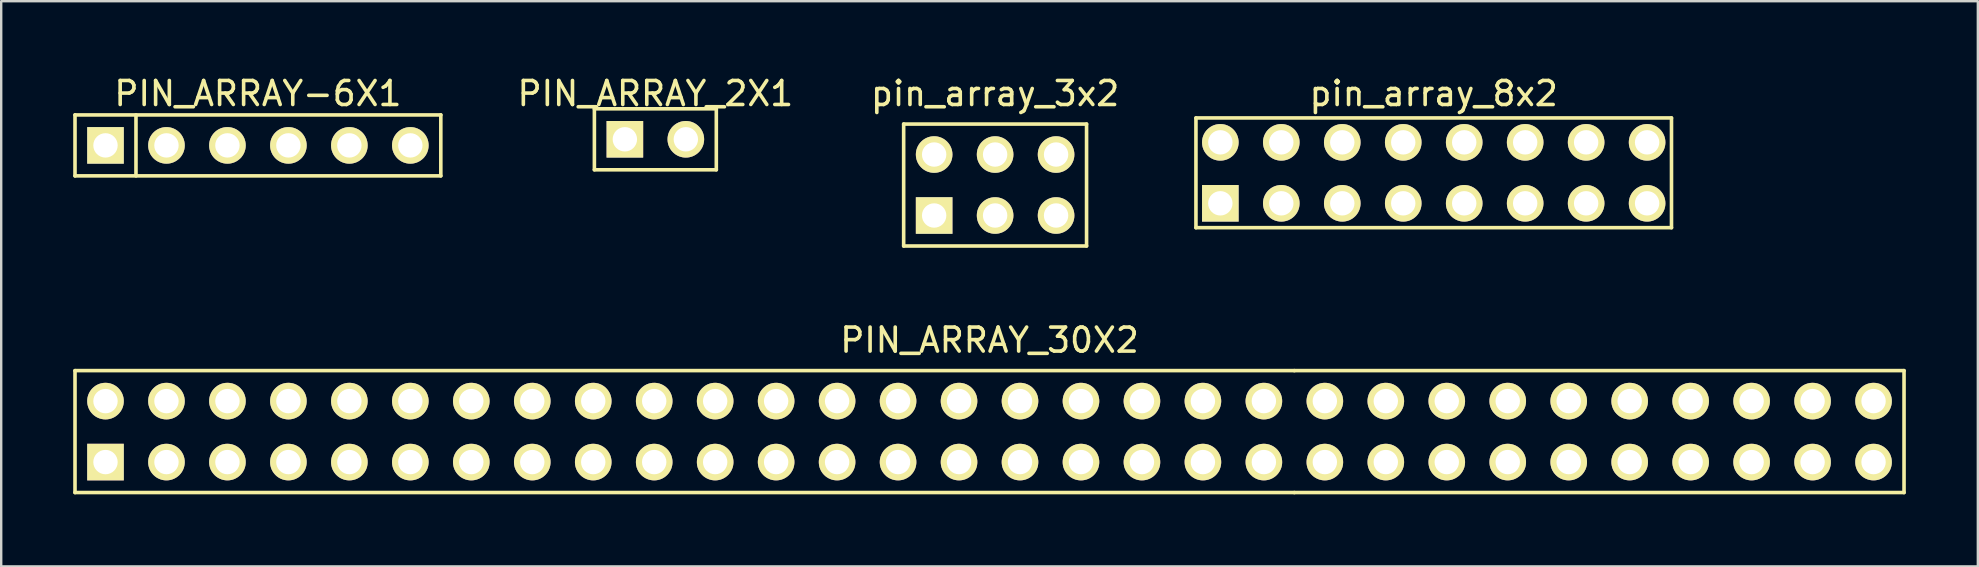
<source format=kicad_pcb>
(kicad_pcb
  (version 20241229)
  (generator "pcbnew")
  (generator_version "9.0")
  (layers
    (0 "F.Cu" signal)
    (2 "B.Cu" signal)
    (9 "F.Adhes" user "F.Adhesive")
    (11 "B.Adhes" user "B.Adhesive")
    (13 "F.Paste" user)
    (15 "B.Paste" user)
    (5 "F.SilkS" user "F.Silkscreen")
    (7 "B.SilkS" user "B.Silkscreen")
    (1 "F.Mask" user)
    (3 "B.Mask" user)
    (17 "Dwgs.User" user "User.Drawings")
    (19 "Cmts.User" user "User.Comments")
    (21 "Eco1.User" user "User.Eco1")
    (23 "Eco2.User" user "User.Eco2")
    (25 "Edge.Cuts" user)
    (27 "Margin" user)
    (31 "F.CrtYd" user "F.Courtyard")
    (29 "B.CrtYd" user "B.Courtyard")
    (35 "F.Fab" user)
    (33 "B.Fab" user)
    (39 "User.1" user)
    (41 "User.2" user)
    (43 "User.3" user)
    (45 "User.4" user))
  (footprint "PIN_ARRAY_30X2"
    (layer "F.Cu")
    (at 38.175 14.931)
    (property "Reference" "PIN_ARRAY_30X2" (at 0 -3.81 0) (layer "F.SilkS") (effects (font (size 1 1) (thickness 0.15))))
    (attr through_hole)
    (fp_line (start -38.1 -2.54) (end -38.1 2.54) (stroke (width 0.15) (type solid)) (layer "F.SilkS"))
    (fp_line (start 12.7 -2.54) (end -38.1 -2.54) (stroke (width 0.15) (type solid)) (layer "F.SilkS"))
    (fp_line (start 12.7 -2.54) (end 38.1 -2.54) (stroke (width 0.15) (type solid)) (layer "F.SilkS"))
    (fp_line (start 12.7 2.54) (end -38.1 2.54) (stroke (width 0.15) (type solid)) (layer "F.SilkS"))
    (fp_line (start 12.7 2.54) (end 38.1 2.54) (stroke (width 0.15) (type solid)) (layer "F.SilkS"))
    (fp_line (start 38.1 -2.54) (end 38.1 2.54) (stroke (width 0.15) (type solid)) (layer "F.SilkS"))
    (pad "1" thru_hole rect (at -36.83 1.27) (size 1.524 1.524) (drill 1.016) (layers "*.Cu" "*.Mask" "F.SilkS"))
    (pad "2" thru_hole circle (at -36.83 -1.27) (size 1.524 1.524) (drill 1.016) (layers "*.Cu" "*.Mask" "F.SilkS"))
    (pad "3" thru_hole circle (at -34.29 1.27) (size 1.524 1.524) (drill 1.016) (layers "*.Cu" "*.Mask" "F.SilkS"))
    (pad "4" thru_hole circle (at -34.29 -1.27) (size 1.524 1.524) (drill 1.016) (layers "*.Cu" "*.Mask" "F.SilkS"))
    (pad "5" thru_hole circle (at -31.75 1.27) (size 1.524 1.524) (drill 1.016) (layers "*.Cu" "*.Mask" "F.SilkS"))
    (pad "6" thru_hole circle (at -31.75 -1.27) (size 1.524 1.524) (drill 1.016) (layers "*.Cu" "*.Mask" "F.SilkS"))
    (pad "7" thru_hole circle (at -29.21 1.27) (size 1.524 1.524) (drill 1.016) (layers "*.Cu" "*.Mask" "F.SilkS"))
    (pad "8" thru_hole circle (at -29.21 -1.27) (size 1.524 1.524) (drill 1.016) (layers "*.Cu" "*.Mask" "F.SilkS"))
    (pad "9" thru_hole circle (at -26.67 1.27) (size 1.524 1.524) (drill 1.016) (layers "*.Cu" "*.Mask" "F.SilkS"))
    (pad "10" thru_hole circle (at -26.67 -1.27) (size 1.524 1.524) (drill 1.016) (layers "*.Cu" "*.Mask" "F.SilkS"))
    (pad "11" thru_hole circle (at -24.13 1.27) (size 1.524 1.524) (drill 1.016) (layers "*.Cu" "*.Mask" "F.SilkS"))
    (pad "12" thru_hole circle (at -24.13 -1.27) (size 1.524 1.524) (drill 1.016) (layers "*.Cu" "*.Mask" "F.SilkS"))
    (pad "13" thru_hole circle (at -21.59 1.27) (size 1.524 1.524) (drill 1.016) (layers "*.Cu" "*.Mask" "F.SilkS"))
    (pad "14" thru_hole circle (at -21.59 -1.27) (size 1.524 1.524) (drill 1.016) (layers "*.Cu" "*.Mask" "F.SilkS"))
    (pad "15" thru_hole circle (at -19.05 1.27) (size 1.524 1.524) (drill 1.016) (layers "*.Cu" "*.Mask" "F.SilkS"))
    (pad "16" thru_hole circle (at -19.05 -1.27) (size 1.524 1.524) (drill 1.016) (layers "*.Cu" "*.Mask" "F.SilkS"))
    (pad "17" thru_hole circle (at -16.51 1.27) (size 1.524 1.524) (drill 1.016) (layers "*.Cu" "*.Mask" "F.SilkS"))
    (pad "18" thru_hole circle (at -16.51 -1.27) (size 1.524 1.524) (drill 1.016) (layers "*.Cu" "*.Mask" "F.SilkS"))
    (pad "19" thru_hole circle (at -13.97 1.27) (size 1.524 1.524) (drill 1.016) (layers "*.Cu" "*.Mask" "F.SilkS"))
    (pad "20" thru_hole circle (at -13.97 -1.27) (size 1.524 1.524) (drill 1.016) (layers "*.Cu" "*.Mask" "F.SilkS"))
    (pad "21" thru_hole circle (at -11.43 1.27) (size 1.524 1.524) (drill 1.016) (layers "*.Cu" "*.Mask" "F.SilkS"))
    (pad "22" thru_hole circle (at -11.43 -1.27) (size 1.524 1.524) (drill 1.016) (layers "*.Cu" "*.Mask" "F.SilkS"))
    (pad "23" thru_hole circle (at -8.89 1.27) (size 1.524 1.524) (drill 1.016) (layers "*.Cu" "*.Mask" "F.SilkS"))
    (pad "24" thru_hole circle (at -8.89 -1.27) (size 1.524 1.524) (drill 1.016) (layers "*.Cu" "*.Mask" "F.SilkS"))
    (pad "25" thru_hole circle (at -6.35 1.27) (size 1.524 1.524) (drill 1.016) (layers "*.Cu" "*.Mask" "F.SilkS"))
    (pad "26" thru_hole circle (at -6.35 -1.27) (size 1.524 1.524) (drill 1.016) (layers "*.Cu" "*.Mask" "F.SilkS"))
    (pad "27" thru_hole circle (at -3.81 1.27) (size 1.524 1.524) (drill 1.016) (layers "*.Cu" "*.Mask" "F.SilkS"))
    (pad "28" thru_hole circle (at -3.81 -1.27) (size 1.524 1.524) (drill 1.016) (layers "*.Cu" "*.Mask" "F.SilkS"))
    (pad "29" thru_hole circle (at -1.27 1.27) (size 1.524 1.524) (drill 1.016) (layers "*.Cu" "*.Mask" "F.SilkS"))
    (pad "30" thru_hole circle (at -1.27 -1.27) (size 1.524 1.524) (drill 1.016) (layers "*.Cu" "*.Mask" "F.SilkS"))
    (pad "31" thru_hole circle (at 1.27 1.27) (size 1.524 1.524) (drill 1.016) (layers "*.Cu" "*.Mask" "F.SilkS"))
    (pad "32" thru_hole circle (at 1.27 -1.27) (size 1.524 1.524) (drill 1.016) (layers "*.Cu" "*.Mask" "F.SilkS"))
    (pad "33" thru_hole circle (at 3.81 1.27) (size 1.524 1.524) (drill 1.016) (layers "*.Cu" "*.Mask" "F.SilkS"))
    (pad "34" thru_hole circle (at 3.81 -1.27) (size 1.524 1.524) (drill 1.016) (layers "*.Cu" "*.Mask" "F.SilkS"))
    (pad "35" thru_hole circle (at 6.35 1.27) (size 1.524 1.524) (drill 1.016) (layers "*.Cu" "*.Mask" "F.SilkS"))
    (pad "36" thru_hole circle (at 6.35 -1.27) (size 1.524 1.524) (drill 1.016) (layers "*.Cu" "*.Mask" "F.SilkS"))
    (pad "37" thru_hole circle (at 8.89 1.27) (size 1.524 1.524) (drill 1.016) (layers "*.Cu" "*.Mask" "F.SilkS"))
    (pad "38" thru_hole circle (at 8.89 -1.27) (size 1.524 1.524) (drill 1.016) (layers "*.Cu" "*.Mask" "F.SilkS"))
    (pad "39" thru_hole circle (at 11.43 1.27) (size 1.524 1.524) (drill 1.016) (layers "*.Cu" "*.Mask" "F.SilkS"))
    (pad "40" thru_hole circle (at 11.43 -1.27) (size 1.524 1.524) (drill 1.016) (layers "*.Cu" "*.Mask" "F.SilkS"))
    (pad "41" thru_hole circle (at 13.97 1.27) (size 1.524 1.524) (drill 1.016) (layers "*.Cu" "*.Mask" "F.SilkS"))
    (pad "42" thru_hole circle (at 13.97 -1.27) (size 1.524 1.524) (drill 1.016) (layers "*.Cu" "*.Mask" "F.SilkS"))
    (pad "43" thru_hole circle (at 16.51 1.27) (size 1.524 1.524) (drill 1.016) (layers "*.Cu" "*.Mask" "F.SilkS"))
    (pad "44" thru_hole circle (at 16.51 -1.27) (size 1.524 1.524) (drill 1.016) (layers "*.Cu" "*.Mask" "F.SilkS"))
    (pad "45" thru_hole circle (at 19.05 1.27) (size 1.524 1.524) (drill 1.016) (layers "*.Cu" "*.Mask" "F.SilkS"))
    (pad "46" thru_hole circle (at 19.05 -1.27) (size 1.524 1.524) (drill 1.016) (layers "*.Cu" "*.Mask" "F.SilkS"))
    (pad "47" thru_hole circle (at 21.59 1.27) (size 1.524 1.524) (drill 1.016) (layers "*.Cu" "*.Mask" "F.SilkS"))
    (pad "48" thru_hole circle (at 21.59 -1.27) (size 1.524 1.524) (drill 1.016) (layers "*.Cu" "*.Mask" "F.SilkS"))
    (pad "49" thru_hole circle (at 24.13 1.27) (size 1.524 1.524) (drill 1.016) (layers "*.Cu" "*.Mask" "F.SilkS"))
    (pad "50" thru_hole circle (at 24.13 -1.27) (size 1.524 1.524) (drill 1.016) (layers "*.Cu" "*.Mask" "F.SilkS"))
    (pad "51" thru_hole circle (at 26.67 1.27) (size 1.524 1.524) (drill 1.016) (layers "*.Cu" "*.Mask" "F.SilkS"))
    (pad "52" thru_hole circle (at 26.67 -1.27) (size 1.524 1.524) (drill 1.016) (layers "*.Cu" "*.Mask" "F.SilkS"))
    (pad "53" thru_hole circle (at 29.21 1.27) (size 1.524 1.524) (drill 1.016) (layers "*.Cu" "*.Mask" "F.SilkS"))
    (pad "54" thru_hole circle (at 29.21 -1.27) (size 1.524 1.524) (drill 1.016) (layers "*.Cu" "*.Mask" "F.SilkS"))
    (pad "55" thru_hole circle (at 31.75 1.27) (size 1.524 1.524) (drill 1.016) (layers "*.Cu" "*.Mask" "F.SilkS"))
    (pad "56" thru_hole circle (at 31.75 -1.27) (size 1.524 1.524) (drill 1.016) (layers "*.Cu" "*.Mask" "F.SilkS"))
    (pad "57" thru_hole circle (at 34.29 1.27) (size 1.524 1.524) (drill 1.016) (layers "*.Cu" "*.Mask" "F.SilkS"))
    (pad "58" thru_hole circle (at 34.29 -1.27) (size 1.524 1.524) (drill 1.016) (layers "*.Cu" "*.Mask" "F.SilkS"))
    (pad "59" thru_hole circle (at 36.83 1.27) (size 1.524 1.524) (drill 1.016) (layers "*.Cu" "*.Mask" "F.SilkS"))
    (pad "60" thru_hole circle (at 36.83 -1.27) (size 1.524 1.524) (drill 1.016) (layers "*.Cu" "*.Mask" "F.SilkS")))
  (footprint "pin_array_3x2"
    (layer "F.Cu")
    (at 38.408 4.658)
    (property "Reference" "pin_array_3x2" (at 0 -3.81 0) (layer "F.SilkS") (effects (font (size 1 1) (thickness 0.15))))
    (attr through_hole)
    (fp_line (start -3.81 -2.54) (end 3.81 -2.54) (stroke (width 0.15) (type solid)) (layer "F.SilkS"))
    (fp_line (start -3.81 2.54) (end -3.81 -2.54) (stroke (width 0.15) (type solid)) (layer "F.SilkS"))
    (fp_line (start 3.81 -2.54) (end 3.81 2.54) (stroke (width 0.15) (type solid)) (layer "F.SilkS"))
    (fp_line (start 3.81 2.54) (end -3.81 2.54) (stroke (width 0.15) (type solid)) (layer "F.SilkS"))
    (pad "1" thru_hole rect (at -2.54 1.27) (size 1.524 1.524) (drill 1.016) (layers "*.Cu" "*.Mask" "F.SilkS"))
    (pad "2" thru_hole circle (at -2.54 -1.27) (size 1.524 1.524) (drill 1.016) (layers "*.Cu" "*.Mask" "F.SilkS"))
    (pad "3" thru_hole circle (at 0 1.27) (size 1.524 1.524) (drill 1.016) (layers "*.Cu" "*.Mask" "F.SilkS"))
    (pad "4" thru_hole circle (at 0 -1.27) (size 1.524 1.524) (drill 1.016) (layers "*.Cu" "*.Mask" "F.SilkS"))
    (pad "5" thru_hole circle (at 2.54 1.27) (size 1.524 1.524) (drill 1.016) (layers "*.Cu" "*.Mask" "F.SilkS"))
    (pad "6" thru_hole circle (at 2.54 -1.27) (size 1.524 1.524) (drill 1.016) (layers "*.Cu" "*.Mask" "F.SilkS")))
  (footprint "pin_array_8x2"
    (layer "F.Cu")
    (at 56.681 4.15)
    (property "Reference" "pin_array_8x2" (at 0 -3.302 0) (layer "F.SilkS") (effects (font (size 1 1) (thickness 0.15))))
    (attr through_hole)
    (fp_line (start -9.906 -2.286) (end 9.906 -2.286) (stroke (width 0.15) (type solid)) (layer "F.SilkS"))
    (fp_line (start -9.906 2.286) (end -9.906 -2.286) (stroke (width 0.15) (type solid)) (layer "F.SilkS"))
    (fp_line (start 9.906 -2.286) (end 9.906 2.286) (stroke (width 0.15) (type solid)) (layer "F.SilkS"))
    (fp_line (start 9.906 2.286) (end -9.906 2.286) (stroke (width 0.15) (type solid)) (layer "F.SilkS"))
    (pad "1" thru_hole rect (at -8.89 1.27) (size 1.524 1.524) (drill 1.016) (layers "*.Cu" "*.Mask" "F.SilkS"))
    (pad "2" thru_hole circle (at -8.89 -1.27) (size 1.524 1.524) (drill 1.016) (layers "*.Cu" "*.Mask" "F.SilkS"))
    (pad "3" thru_hole circle (at -6.35 1.27) (size 1.524 1.524) (drill 1.016) (layers "*.Cu" "*.Mask" "F.SilkS"))
    (pad "4" thru_hole circle (at -6.35 -1.27) (size 1.524 1.524) (drill 1.016) (layers "*.Cu" "*.Mask" "F.SilkS"))
    (pad "5" thru_hole circle (at -3.81 1.27) (size 1.524 1.524) (drill 1.016) (layers "*.Cu" "*.Mask" "F.SilkS"))
    (pad "6" thru_hole circle (at -3.81 -1.27) (size 1.524 1.524) (drill 1.016) (layers "*.Cu" "*.Mask" "F.SilkS"))
    (pad "7" thru_hole circle (at -1.27 1.27) (size 1.524 1.524) (drill 1.016) (layers "*.Cu" "*.Mask" "F.SilkS"))
    (pad "8" thru_hole circle (at -1.27 -1.27) (size 1.524 1.524) (drill 1.016) (layers "*.Cu" "*.Mask" "F.SilkS"))
    (pad "9" thru_hole circle (at 1.27 1.27) (size 1.524 1.524) (drill 1.016) (layers "*.Cu" "*.Mask" "F.SilkS"))
    (pad "10" thru_hole circle (at 1.27 -1.27) (size 1.524 1.524) (drill 1.016) (layers "*.Cu" "*.Mask" "F.SilkS"))
    (pad "11" thru_hole circle (at 3.81 1.27) (size 1.524 1.524) (drill 1.016) (layers "*.Cu" "*.Mask" "F.SilkS"))
    (pad "12" thru_hole circle (at 3.81 -1.27) (size 1.524 1.524) (drill 1.016) (layers "*.Cu" "*.Mask" "F.SilkS"))
    (pad "13" thru_hole circle (at 6.35 1.27) (size 1.524 1.524) (drill 1.016) (layers "*.Cu" "*.Mask" "F.SilkS"))
    (pad "14" thru_hole circle (at 6.35 -1.27) (size 1.524 1.524) (drill 1.016) (layers "*.Cu" "*.Mask" "F.SilkS"))
    (pad "15" thru_hole circle (at 8.89 1.27) (size 1.524 1.524) (drill 1.016) (layers "*.Cu" "*.Mask" "F.SilkS"))
    (pad "16" thru_hole circle (at 8.89 -1.27) (size 1.524 1.524) (drill 1.016) (layers "*.Cu" "*.Mask" "F.SilkS")))
  (footprint "PIN_ARRAY_2X1"
    (layer "F.Cu")
    (at 24.253 2.753)
    (property "Reference" "PIN_ARRAY_2X1" (at 0 -1.905 0) (layer "F.SilkS") (effects (font (size 1 1) (thickness 0.15))))
    (attr through_hole)
    (fp_line (start -2.54 -1.27) (end 2.54 -1.27) (stroke (width 0.15) (type solid)) (layer "F.SilkS"))
    (fp_line (start -2.54 1.27) (end -2.54 -1.27) (stroke (width 0.15) (type solid)) (layer "F.SilkS"))
    (fp_line (start 2.54 -1.27) (end 2.54 1.27) (stroke (width 0.15) (type solid)) (layer "F.SilkS"))
    (fp_line (start 2.54 1.27) (end -2.54 1.27) (stroke (width 0.15) (type solid)) (layer "F.SilkS"))
    (pad "1" thru_hole rect (at -1.27 0) (size 1.524 1.524) (drill 1.016) (layers "*.Cu" "*.Mask" "F.SilkS"))
    (pad "2" thru_hole circle (at 1.27 0) (size 1.524 1.524) (drill 1.016) (layers "*.Cu" "*.Mask" "F.SilkS")))
  (footprint "PIN_ARRAY-6X1"
    (layer "F.Cu")
    (at 7.695 3.007)
    (property "Reference" "PIN_ARRAY-6X1" (at 0 -2.159 0) (layer "F.SilkS") (effects (font (size 1 1) (thickness 0.15))))
    (attr through_hole)
    (fp_line (start -7.62 -1.27) (end 7.62 -1.27) (stroke (width 0.15) (type solid)) (layer "F.SilkS"))
    (fp_line (start -7.62 1.27) (end -7.62 -1.27) (stroke (width 0.15) (type solid)) (layer "F.SilkS"))
    (fp_line (start -5.08 1.27) (end -5.08 -1.27) (stroke (width 0.15) (type solid)) (layer "F.SilkS"))
    (fp_line (start 7.62 -1.27) (end 7.62 1.27) (stroke (width 0.15) (type solid)) (layer "F.SilkS"))
    (fp_line (start 7.62 1.27) (end -7.62 1.27) (stroke (width 0.15) (type solid)) (layer "F.SilkS"))
    (pad "1" thru_hole rect (at -6.35 0) (size 1.524 1.524) (drill 1.016) (layers "*.Cu" "*.Mask" "F.SilkS"))
    (pad "2" thru_hole circle (at -3.81 0) (size 1.524 1.524) (drill 1.016) (layers "*.Cu" "*.Mask" "F.SilkS"))
    (pad "3" thru_hole circle (at -1.27 0) (size 1.524 1.524) (drill 1.016) (layers "*.Cu" "*.Mask" "F.SilkS"))
    (pad "4" thru_hole circle (at 1.27 0) (size 1.524 1.524) (drill 1.016) (layers "*.Cu" "*.Mask" "F.SilkS"))
    (pad "5" thru_hole circle (at 3.81 0) (size 1.524 1.524) (drill 1.016) (layers "*.Cu" "*.Mask" "F.SilkS"))
    (pad "6" thru_hole circle (at 6.35 0) (size 1.524 1.524) (drill 1.016) (layers "*.Cu" "*.Mask" "F.SilkS")))
  (gr_rect
    (start -3 -3)
    (end 79.35 20.547)
    (stroke (width 0.1) (type default))
    (fill no)
    (layer "Edge.Cuts")))
</source>
